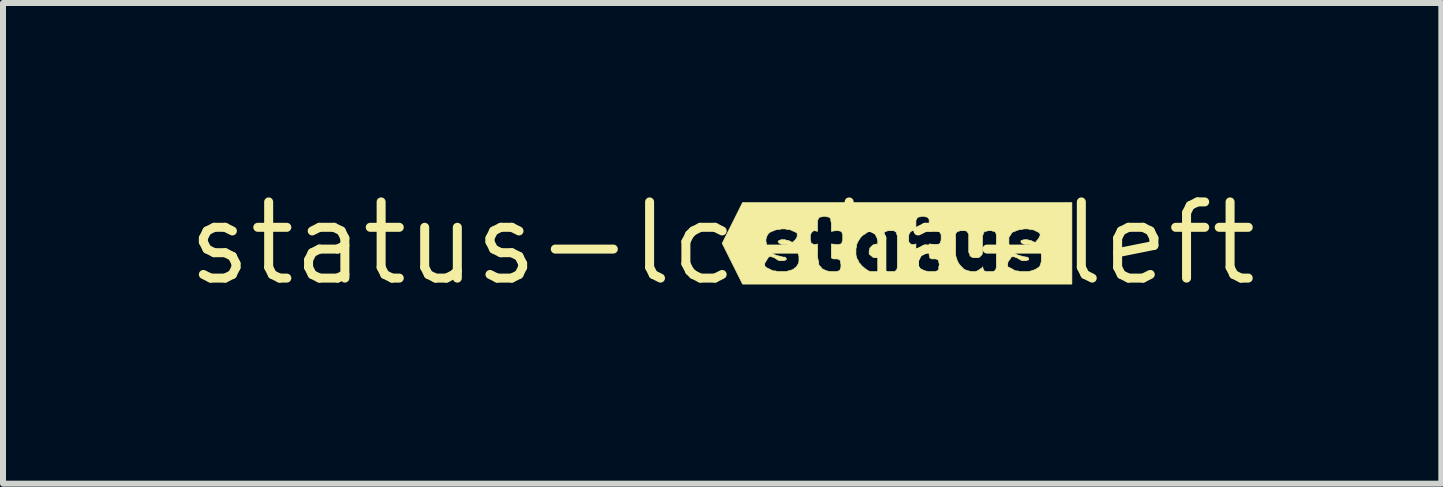
<source format=kicad_pcb>
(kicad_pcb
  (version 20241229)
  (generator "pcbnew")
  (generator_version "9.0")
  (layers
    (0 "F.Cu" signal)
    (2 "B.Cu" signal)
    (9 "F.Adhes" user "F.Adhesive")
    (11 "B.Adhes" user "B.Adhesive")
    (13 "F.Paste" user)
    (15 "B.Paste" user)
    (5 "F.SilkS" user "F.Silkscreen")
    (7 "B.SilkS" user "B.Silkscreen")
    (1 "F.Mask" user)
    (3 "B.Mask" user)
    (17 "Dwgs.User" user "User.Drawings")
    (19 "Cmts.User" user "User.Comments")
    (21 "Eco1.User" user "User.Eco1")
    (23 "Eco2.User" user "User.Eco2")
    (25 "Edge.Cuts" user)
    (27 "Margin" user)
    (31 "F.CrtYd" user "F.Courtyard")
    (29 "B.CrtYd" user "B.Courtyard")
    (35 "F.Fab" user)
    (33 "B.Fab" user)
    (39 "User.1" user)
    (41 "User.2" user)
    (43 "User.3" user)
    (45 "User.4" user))
  (footprint "status-lc-ha-left"
    (layer "F.Cu")
    (at 8.988 1.006)
    (property "Reference" "status-lc-ha-left" (at 0 0 0) (layer "F.SilkS") (effects (font (size 1.27 1.27) (thickness 0.15))))
    (attr board_only exclude_from_pos_files exclude_from_bom)
    (fp_poly (pts (xy 2.45 0.18) (xy 2.5 0.22) (xy 2.51 0.23) (xy 2.53 0.24) (xy 2.55 0.24) (xy 2.57 0.24) (xy 2.59 0.24) (xy 2.62 0.24) (xy 2.63 0.23) (xy 2.65 0.21) (xy 2.66 0.19) (xy 2.67 0.17) (xy 2.68 0.15) (xy 2.68 0.13) (xy 2.68 0.11) (xy 2.67 0.09) (xy 2.66 0.07) (xy 2.65 0.05) (xy 2.63 0.03) (xy 2.62 0.02) (xy 2.59 0.02) (xy 2.57 0.01) (xy 2.55 0.02) (xy 2.53 0.02) (xy 2.51 0.03) (xy 2.49 0.05) (xy 2.48 0.06) (xy 2.46 0.08) (xy 2.46 0.1) (xy 2.45 0.12) (xy 2.45 0.18)) (stroke (width 0.01) (type solid)) (fill yes) (layer "F.SilkS"))
    (fp_poly (pts (xy 0.68 -0.68) (xy 0.34 -0.68) (xy 0 0) (xy 0.34 0.68) (xy 0.72 0.39) (xy 0.71 0.37) (xy 0.71 0.35) (xy 0.71 0.33) (xy 0.73 0.3) (xy 0.76 0.25) (xy 0.77 0.23) (xy 0.78 0.23) (xy 0.79 0.22) (xy 0.81 0.22) (xy 0.84 0.23) (xy 0.87 0.24) (xy 0.93 0.28) (xy 0.96 0.29) (xy 0.98 0.29) (xy 1.02 0.29) (xy 1.05 0.28) (xy 1.06 0.28) (xy 1.06 0.27) (xy 1.07 0.27) (xy 1.07 0.26) (xy 1.07 0.25) (xy 1.06 0.25) (xy 1.06 0.24) (xy 1.05 0.23) (xy 1.02 0.23) (xy 0.98 0.22) (xy 0.94 0.21) (xy 0.9 0.2) (xy 0.86 0.18) (xy 0.82 0.16) (xy 0.8 0.14) (xy 0.78 0.12) (xy 0.76 0.08) (xy 0.74 0.05) (xy 0.74 0.01) (xy 0.73 -0.03) (xy 0.73 -0.07) (xy 0.74 -0.1) (xy 0.75 -0.13) (xy 0.77 -0.16) (xy 0.79 -0.18) (xy 0.81 -0.19) (xy 0.83 -0.2) (xy 0.86 -0.21) (xy 0.88 -0.22) (xy 0.92 -0.23) (xy 0.95 -0.23) (xy 0.99 -0.24) (xy 1.05 -0.24) (xy 1.09 -0.23) (xy 1.12 -0.23) (xy 1.15 -0.22) (xy 1.19 -0.2) (xy 1.22 -0.19) (xy 1.23 -0.18) (xy 1.25 -0.17) (xy 1.25 -0.15) (xy 1.25 -0.13) (xy 1.47 -0.14) (xy 1.48 -0.16) (xy 1.49 -0.18) (xy 1.51 -0.2) (xy 1.53 -0.21) (xy 1.54 -0.21) (xy 1.59 -0.2) (xy 1.59 -0.38) (xy 1.6 -0.4) (xy 1.61 -0.42) (xy 1.61 -0.43) (xy 1.62 -0.43) (xy 1.64 -0.44) (xy 1.66 -0.44) (xy 1.68 -0.45) (xy 1.71 -0.45) (xy 1.73 -0.45) (xy 1.75 -0.44) (xy 1.77 -0.44) (xy 1.79 -0.43) (xy 1.8 -0.42) (xy 1.81 -0.41) (xy 1.81 -0.4) (xy 1.81 -0.38) (xy 1.82 -0.34) (xy 1.82 -0.2) (xy 1.89 -0.21) (xy 1.94 -0.21) (xy 1.98 -0.2) (xy 1.99 -0.19) (xy 2 -0.18) (xy 2 -0.16) (xy 2.01 -0.15) (xy 2.01 -0.1) (xy 2.01 -0.05) (xy 2 -0.03) (xy 2.24 0.03) (xy 2.25 0) (xy 2.27 -0.04) (xy 2.29 -0.07) (xy 2.31 -0.1) (xy 2.34 -0.13) (xy 2.37 -0.15) (xy 2.4 -0.17) (xy 2.43 -0.19) (xy 2.46 -0.2) (xy 2.49 -0.21) (xy 2.53 -0.21) (xy 2.56 -0.21) (xy 2.59 -0.2) (xy 2.62 -0.19) (xy 2.66 -0.17) (xy 2.68 -0.16) (xy 2.69 -0.14) (xy 2.69 -0.15) (xy 2.7 -0.17) (xy 2.7 -0.18) (xy 2.71 -0.19) (xy 2.73 -0.2) (xy 2.74 -0.2) (xy 2.76 -0.21) (xy 2.78 -0.21) (xy 2.84 -0.21) (xy 2.86 -0.21) (xy 2.88 -0.2) (xy 2.89 -0.19) (xy 2.9 -0.19) (xy 2.91 -0.15) (xy 2.92 -0.13) (xy 2.92 -0.1) (xy 3.11 -0.09) (xy 3.11 -0.14) (xy 3.12 -0.16) (xy 3.13 -0.18) (xy 3.15 -0.2) (xy 3.17 -0.21) (xy 3.18 -0.21) (xy 3.23 -0.2) (xy 3.23 -0.38) (xy 3.24 -0.4) (xy 3.25 -0.42) (xy 3.25 -0.43) (xy 3.26 -0.43) (xy 3.28 -0.44) (xy 3.3 -0.44) (xy 3.32 -0.45) (xy 3.35 -0.45) (xy 3.37 -0.45) (xy 3.39 -0.44) (xy 3.41 -0.44) (xy 3.42 -0.43) (xy 3.44 -0.42) (xy 3.44 -0.41) (xy 3.45 -0.4) (xy 3.45 -0.38) (xy 3.45 -0.34) (xy 3.45 -0.2) (xy 3.52 -0.21) (xy 3.57 -0.21) (xy 3.62 -0.2) (xy 3.63 -0.19) (xy 3.63 -0.18) (xy 3.64 -0.16) (xy 3.65 -0.15) (xy 3.65 -0.1) (xy 3.89 -0.14) (xy 3.89 -0.15) (xy 3.89 -0.16) (xy 3.91 -0.18) (xy 3.92 -0.2) (xy 3.94 -0.2) (xy 3.97 -0.21) (xy 4.01 -0.21) (xy 4.05 -0.21) (xy 4.08 -0.2) (xy 4.09 -0.19) (xy 4.09 -0.18) (xy 4.1 -0.17) (xy 4.11 -0.16) (xy 4.11 -0.13) (xy 4.11 0.13) (xy 4.11 0.15) (xy 4.12 0.17) (xy 4.13 0.19) (xy 4.13 0.21) (xy 4.15 0.22) (xy 4.16 0.23) (xy 4.18 0.24) (xy 4.19 0.24) (xy 4.21 0.24) (xy 4.24 0.24) (xy 4.25 0.24) (xy 4.27 0.24) (xy 4.29 0.23) (xy 4.3 0.22) (xy 4.31 0.21) (xy 4.32 0.2) (xy 4.33 0.19) (xy 4.34 0.17) (xy 4.34 0.15) (xy 4.34 0.13) (xy 4.34 -0.12) (xy 4.35 -0.15) (xy 4.36 -0.18) (xy 4.37 -0.19) (xy 4.38 -0.2) (xy 4.4 -0.2) (xy 4.43 -0.21) (xy 4.46 -0.21) (xy 4.49 -0.21) (xy 4.52 -0.2) (xy 4.54 -0.2) (xy 4.55 -0.19) (xy 4.56 -0.18) (xy 4.57 -0.14) (xy 4.57 -0.11) (xy 4.57 0.37) (xy 4.76 0.35) (xy 4.76 0.33) (xy 4.77 0.3) (xy 4.81 0.25) (xy 4.81 0.23) (xy 4.83 0.23) (xy 4.84 0.22) (xy 4.85 0.22) (xy 4.88 0.23) (xy 4.91 0.24) (xy 4.98 0.28) (xy 5 0.29) (xy 5.02 0.29) (xy 5.06 0.29) (xy 5.09 0.28) (xy 5.1 0.28) (xy 5.11 0.27) (xy 5.11 0.26) (xy 5.11 0.25) (xy 5.1 0.24) (xy 5.09 0.23) (xy 5.07 0.23) (xy 5.02 0.22) (xy 4.98 0.21) (xy 4.94 0.2) (xy 4.9 0.18) (xy 4.86 0.16) (xy 4.84 0.14) (xy 4.82 0.12) (xy 4.8 0.08) (xy 4.79 0.05) (xy 4.78 0.01) (xy 4.78 -0.03) (xy 4.78 -0.07) (xy 4.78 -0.1) (xy 4.8 -0.13) (xy 4.82 -0.16) (xy 4.83 -0.18) (xy 4.85 -0.19) (xy 4.88 -0.2) (xy 4.9 -0.21) (xy 4.93 -0.22) (xy 4.96 -0.23) (xy 4.99 -0.23) (xy 5.03 -0.24) (xy 5.1 -0.24) (xy 5.13 -0.23) (xy 5.16 -0.23) (xy 5.2 -0.22) (xy 5.24 -0.2) (xy 5.26 -0.19) (xy 5.28 -0.18) (xy 5.29 -0.17) (xy 5.3 -0.15) (xy 5.3 -0.13) (xy 5.29 -0.11) (xy 5.28 -0.09) (xy 5.26 -0.06) (xy 5.24 -0.04) (xy 5.23 -0.02) (xy 5.21 -0.02) (xy 5.2 -0.02) (xy 5.18 -0.03) (xy 5.14 -0.05) (xy 5.12 -0.05) (xy 5.09 -0.06) (xy 5.06 -0.06) (xy 5.03 -0.06) (xy 5 -0.05) (xy 4.99 -0.05) (xy 4.98 -0.04) (xy 4.98 -0.03) (xy 4.98 -0.02) (xy 4.99 -0.01) (xy 5 0) (xy 5.02 0.01) (xy 5.05 0.02) (xy 5.11 0.02) (xy 5.14 0.03) (xy 5.18 0.04) (xy 5.22 0.06) (xy 5.24 0.07) (xy 5.26 0.08) (xy 5.28 0.1) (xy 5.29 0.11) (xy 5.31 0.14) (xy 5.32 0.18) (xy 5.32 0.22) (xy 5.32 0.26) (xy 5.32 0.3) (xy 5.31 0.34) (xy 5.3 0.37) (xy 5.28 0.4) (xy 5.26 0.41) (xy 5.23 0.43) (xy 5.21 0.44) (xy 5.18 0.45) (xy 5.15 0.46) (xy 5.11 0.47) (xy 5.07 0.47) (xy 5.03 0.47) (xy 5 0.47) (xy 4.96 0.47) (xy 4.93 0.46) (xy 4.9 0.46) (xy 4.87 0.45) (xy 4.84 0.43) (xy 4.78 0.4) (xy 4.76 0.39) (xy 4.76 0.37) (xy 4.76 0.35) (xy 4.57 0.37) (xy 4.57 0.4) (xy 4.56 0.44) (xy 4.55 0.45) (xy 4.54 0.46) (xy 4.52 0.47) (xy 4.5 0.47) (xy 4.48 0.47) (xy 4.45 0.47) (xy 4.42 0.47) (xy 4.4 0.47) (xy 4.37 0.46) (xy 4.36 0.45) (xy 4.36 0.44) (xy 4.35 0.43) (xy 4.35 0.42) (xy 4.34 0.39) (xy 4.34 0.4) (xy 4.33 0.41) (xy 4.3 0.43) (xy 4.27 0.45) (xy 4.25 0.46) (xy 4.23 0.47) (xy 4.21 0.47) (xy 4.19 0.47) (xy 4.15 0.47) (xy 4.11 0.46) (xy 4.07 0.45) (xy 4.03 0.43) (xy 4 0.4) (xy 3.97 0.37) (xy 3.94 0.33) (xy 3.92 0.29) (xy 3.91 0.26) (xy 3.9 0.23) (xy 3.89 0.19) (xy 3.89 0.16) (xy 3.89 -0.14) (xy 3.65 -0.1) (xy 3.65 -0.05) (xy 3.64 -0.03) (xy 3.64 -0.02) (xy 3.63 0) (xy 3.62 0.01) (xy 3.58 0.02) (xy 3.54 0.02) (xy 3.45 0.01) (xy 3.45 0.2) (xy 3.46 0.22) (xy 3.46 0.24) (xy 3.47 0.25) (xy 3.48 0.25) (xy 3.49 0.26) (xy 3.54 0.26) (xy 3.56 0.26) (xy 3.59 0.27) (xy 3.6 0.28) (xy 3.61 0.29) (xy 3.61 0.31) (xy 3.62 0.35) (xy 3.61 0.4) (xy 3.61 0.42) (xy 3.61 0.43) (xy 3.6 0.45) (xy 3.58 0.46) (xy 3.55 0.47) (xy 3.53 0.47) (xy 3.48 0.47) (xy 3.43 0.47) (xy 3.39 0.46) (xy 3.36 0.45) (xy 3.34 0.44) (xy 3.32 0.43) (xy 3.3 0.42) (xy 3.29 0.4) (xy 3.27 0.38) (xy 3.26 0.37) (xy 3.25 0.35) (xy 3.25 0.32) (xy 3.24 0.28) (xy 3.23 0.23) (xy 3.23 0.01) (xy 3.2 0.02) (xy 3.17 0.02) (xy 3.16 0.02) (xy 3.14 0.01) (xy 3.13 0) (xy 3.12 -0.01) (xy 3.11 -0.03) (xy 3.11 -0.05) (xy 3.11 -0.09) (xy 2.92 -0.1) (xy 2.92 0.36) (xy 2.92 0.4) (xy 2.91 0.44) (xy 2.9 0.45) (xy 2.89 0.46) (xy 2.87 0.47) (xy 2.85 0.47) (xy 2.83 0.47) (xy 2.81 0.47) (xy 2.78 0.47) (xy 2.76 0.47) (xy 2.73 0.46) (xy 2.72 0.46) (xy 2.71 0.45) (xy 2.71 0.44) (xy 2.7 0.43) (xy 2.7 0.41) (xy 2.7 0.4) (xy 2.67 0.42) (xy 2.65 0.44) (xy 2.62 0.46) (xy 2.59 0.47) (xy 2.55 0.47) (xy 2.51 0.47) (xy 2.47 0.47) (xy 2.44 0.46) (xy 2.41 0.44) (xy 2.38 0.42) (xy 2.36 0.4) (xy 2.33 0.38) (xy 2.31 0.35) (xy 2.28 0.32) (xy 2.27 0.29) (xy 2.25 0.26) (xy 2.24 0.23) (xy 2.23 0.19) (xy 2.23 0.16) (xy 2.23 0.13) (xy 2.23 0.09) (xy 2.24 0.06) (xy 2.24 0.03) (xy 2 -0.03) (xy 2 -0.02) (xy 1.99 0) (xy 1.98 0.01) (xy 1.94 0.02) (xy 1.9 0.02) (xy 1.82 0.01) (xy 1.82 0.2) (xy 1.82 0.22) (xy 1.82 0.24) (xy 1.83 0.25) (xy 1.84 0.25) (xy 1.85 0.26) (xy 1.9 0.26) (xy 1.92 0.26) (xy 1.95 0.27) (xy 1.96 0.28) (xy 1.97 0.29) (xy 1.97 0.31) (xy 1.98 0.35) (xy 1.98 0.4) (xy 1.97 0.42) (xy 1.97 0.43) (xy 1.96 0.45) (xy 1.94 0.46) (xy 1.91 0.47) (xy 1.89 0.47) (xy 1.84 0.47) (xy 1.79 0.47) (xy 1.75 0.46) (xy 1.72 0.45) (xy 1.7 0.44) (xy 1.68 0.43) (xy 1.66 0.42) (xy 1.65 0.4) (xy 1.63 0.38) (xy 1.62 0.37) (xy 1.61 0.35) (xy 1.61 0.32) (xy 1.6 0.28) (xy 1.59 0.23) (xy 1.59 0.01) (xy 1.56 0.02) (xy 1.53 0.02) (xy 1.52 0.02) (xy 1.51 0.01) (xy 1.49 0) (xy 1.48 -0.01) (xy 1.48 -0.03) (xy 1.47 -0.05) (xy 1.47 -0.09) (xy 1.47 -0.14) (xy 1.25 -0.13) (xy 1.25 -0.11) (xy 1.24 -0.09) (xy 1.22 -0.06) (xy 1.2 -0.04) (xy 1.18 -0.02) (xy 1.17 -0.02) (xy 1.16 -0.02) (xy 1.14 -0.03) (xy 1.1 -0.05) (xy 1.07 -0.05) (xy 1.05 -0.06) (xy 1.02 -0.06) (xy 0.98 -0.06) (xy 0.96 -0.05) (xy 0.95 -0.05) (xy 0.94 -0.04) (xy 0.93 -0.03) (xy 0.94 -0.02) (xy 0.94 -0.01) (xy 0.96 0) (xy 0.97 0.01) (xy 1.01 0.02) (xy 1.06 0.02) (xy 1.1 0.03) (xy 1.14 0.04) (xy 1.18 0.06) (xy 1.2 0.07) (xy 1.22 0.08) (xy 1.23 0.1) (xy 1.25 0.11) (xy 1.26 0.14) (xy 1.27 0.18) (xy 1.28 0.22) (xy 1.28 0.26) (xy 1.28 0.3) (xy 1.27 0.34) (xy 1.25 0.37) (xy 1.23 0.4) (xy 1.21 0.41) (xy 1.19 0.43) (xy 1.17 0.44) (xy 1.14 0.45) (xy 1.1 0.46) (xy 1.07 0.47) (xy 1.03 0.47) (xy 0.98 0.47) (xy 0.95 0.47) (xy 0.92 0.47) (xy 0.89 0.46) (xy 0.86 0.46) (xy 0.83 0.45) (xy 0.79 0.43) (xy 0.73 0.4) (xy 0.72 0.39) (xy 0.34 0.68) (xy 5.83 0.68) (xy 5.83 -0.68) (xy 0.68 -0.68)) (stroke (width 0.01) (type solid)) (fill yes) (layer "F.SilkS")))
  (gr_rect
    (start -3 -3)
    (end 20.976 5.012)
    (stroke (width 0.1) (type default))
    (fill no)
    (layer "Edge.Cuts")))
</source>
